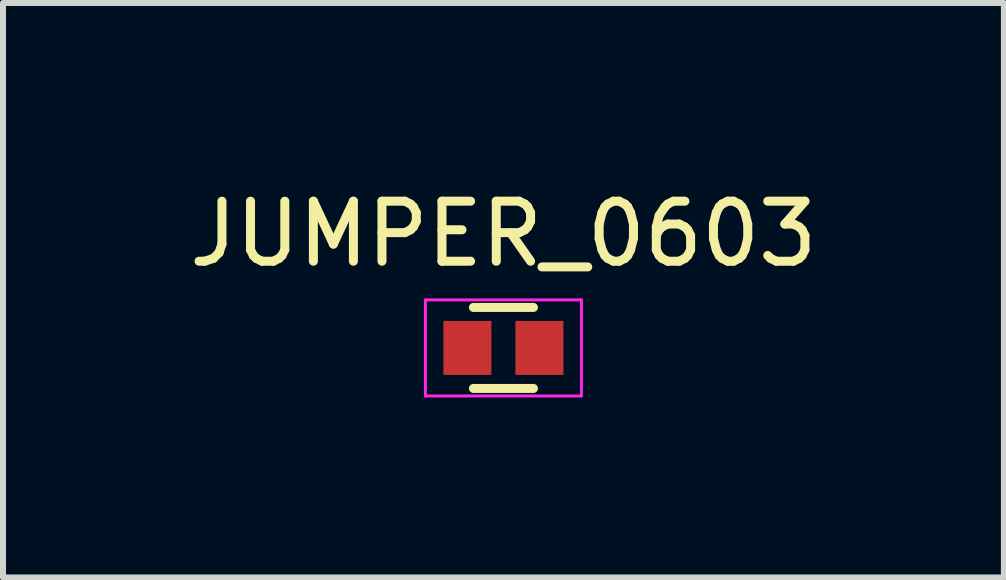
<source format=kicad_pcb>
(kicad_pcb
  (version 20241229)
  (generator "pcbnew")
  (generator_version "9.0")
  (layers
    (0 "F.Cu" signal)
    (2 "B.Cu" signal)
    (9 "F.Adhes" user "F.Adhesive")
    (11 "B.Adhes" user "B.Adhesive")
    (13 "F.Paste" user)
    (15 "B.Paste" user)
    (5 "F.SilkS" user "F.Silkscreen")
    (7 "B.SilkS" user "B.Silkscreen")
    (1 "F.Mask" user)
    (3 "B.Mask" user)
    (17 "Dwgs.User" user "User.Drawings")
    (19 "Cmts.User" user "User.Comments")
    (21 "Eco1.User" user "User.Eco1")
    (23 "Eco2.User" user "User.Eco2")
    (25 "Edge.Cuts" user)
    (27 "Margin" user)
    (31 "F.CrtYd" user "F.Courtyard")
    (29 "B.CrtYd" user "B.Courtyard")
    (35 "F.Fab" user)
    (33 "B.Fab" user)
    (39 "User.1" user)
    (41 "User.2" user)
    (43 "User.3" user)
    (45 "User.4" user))
  (footprint "JUMPER_0603"
    (layer "F.Cu")
    (at 5.339 2.748)
    (property "Reference" "JUMPER_0603" (at 0 -1.9 0) (layer "F.SilkS") (effects (font (size 1 1) (thickness 0.15))))
    (attr smd)
    (fp_line (start -0.5 -0.675) (end 0.5 -0.675) (stroke (width 0.15) (type solid)) (layer "F.SilkS"))
    (fp_line (start 0.5 0.675) (end -0.5 0.675) (stroke (width 0.15) (type solid)) (layer "F.SilkS"))
    (fp_line (start -1.3 -0.8) (end -1.3 0.8) (stroke (width 0.05) (type solid)) (layer "F.CrtYd"))
    (fp_line (start -1.3 -0.8) (end 1.3 -0.8) (stroke (width 0.05) (type solid)) (layer "F.CrtYd"))
    (fp_line (start -1.3 0.8) (end 1.3 0.8) (stroke (width 0.05) (type solid)) (layer "F.CrtYd"))
    (fp_line (start 1.3 -0.8) (end 1.3 0.8) (stroke (width 0.05) (type solid)) (layer "F.CrtYd"))
    (pad "1" smd rect (at -0.6 0) (size 0.8 0.9) (layers "F.Cu" "F.Mask" "F.Paste"))
    (pad "2" smd rect (at 0.6 0) (size 0.8 0.9) (layers "F.Cu" "F.Mask" "F.Paste")))
  (gr_rect
    (start -3 -3)
    (end 13.679 6.573)
    (stroke (width 0.1) (type default))
    (fill no)
    (layer "Edge.Cuts")))
</source>
